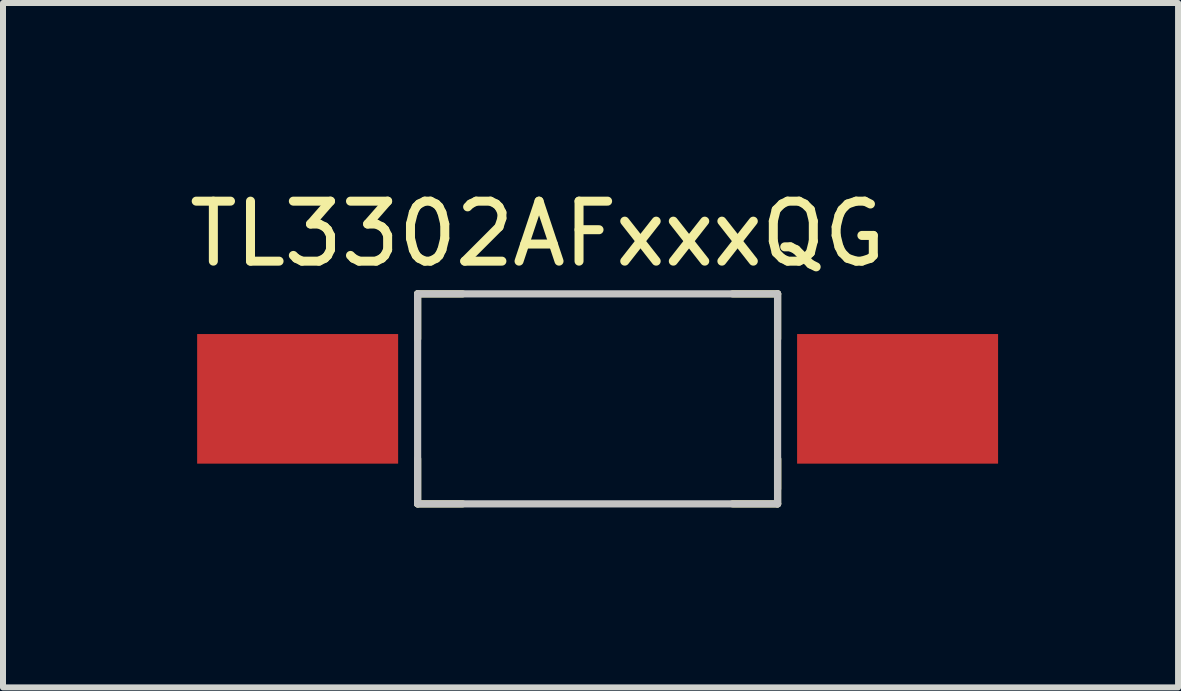
<source format=kicad_pcb>
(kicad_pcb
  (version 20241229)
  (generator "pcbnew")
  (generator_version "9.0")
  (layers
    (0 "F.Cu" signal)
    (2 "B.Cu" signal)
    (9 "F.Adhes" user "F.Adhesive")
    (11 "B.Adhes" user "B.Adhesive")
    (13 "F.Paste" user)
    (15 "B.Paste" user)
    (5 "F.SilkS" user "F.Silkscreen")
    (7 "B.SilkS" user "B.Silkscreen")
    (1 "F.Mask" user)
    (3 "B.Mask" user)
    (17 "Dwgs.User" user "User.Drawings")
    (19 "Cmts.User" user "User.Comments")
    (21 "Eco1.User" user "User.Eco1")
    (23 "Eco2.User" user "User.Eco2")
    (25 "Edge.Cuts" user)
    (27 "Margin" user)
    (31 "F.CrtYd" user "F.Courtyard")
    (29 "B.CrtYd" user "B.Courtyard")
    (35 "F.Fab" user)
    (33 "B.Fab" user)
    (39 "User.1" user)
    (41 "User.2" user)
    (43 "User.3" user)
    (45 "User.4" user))
  (footprint "TL3302AFxxxQG"
    (layer "F.Cu")
    (at 6.911 3.598)
    (property "Reference" "TL3302AFxxxQG" (at -1 -2.75 0) (unlocked yes) (layer "F.SilkS") (effects (font (size 1 1) (thickness 0.15))))
    (fp_line (start -3 -1.75) (end -2.25 -1.75) (stroke (width 0.12) (type solid)) (layer "F.SilkS"))
    (fp_line (start -3 -1) (end -3 -1.75) (stroke (width 0.12) (type solid)) (layer "F.SilkS"))
    (fp_line (start -3 1) (end -3 1.75) (stroke (width 0.12) (type solid)) (layer "F.SilkS"))
    (fp_line (start -3 1.75) (end -2.25 1.75) (stroke (width 0.12) (type solid)) (layer "F.SilkS"))
    (fp_line (start 2.25 1.75) (end 3 1.75) (stroke (width 0.12) (type solid)) (layer "F.SilkS"))
    (fp_line (start 3 -1.75) (end 2.25 -1.75) (stroke (width 0.12) (type solid)) (layer "F.SilkS"))
    (fp_line (start 3 -1) (end 3 -1.75) (stroke (width 0.12) (type solid)) (layer "F.SilkS"))
    (fp_line (start 3 1) (end 3 1.75) (stroke (width 0.12) (type solid)) (layer "F.SilkS"))
    (fp_line (start 3 1.5) (end 3 1) (stroke (width 0.12) (type solid)) (layer "F.SilkS"))
    (fp_line (start -3 -1.75) (end 3 -1.75) (stroke (width 0.12) (type solid)) (layer "Dwgs.User"))
    (fp_line (start -3 1.75) (end -3 -1.75) (stroke (width 0.12) (type solid)) (layer "Dwgs.User"))
    (fp_line (start 3 -1.75) (end 3 1.75) (stroke (width 0.12) (type solid)) (layer "Dwgs.User"))
    (fp_line (start 3 1.75) (end -3 1.75) (stroke (width 0.12) (type solid)) (layer "Dwgs.User"))
    (pad "1" smd rect (at 5 0) (size 3.35 2.16) (layers "F.Cu" "F.Mask" "F.Paste"))
    (pad "2" smd rect (at -5 0) (size 3.35 2.16) (layers "F.Cu" "F.Mask" "F.Paste")))
  (gr_rect
    (start -3 -3)
    (end 16.586 8.408)
    (stroke (width 0.1) (type default))
    (fill no)
    (layer "Edge.Cuts")))
</source>
